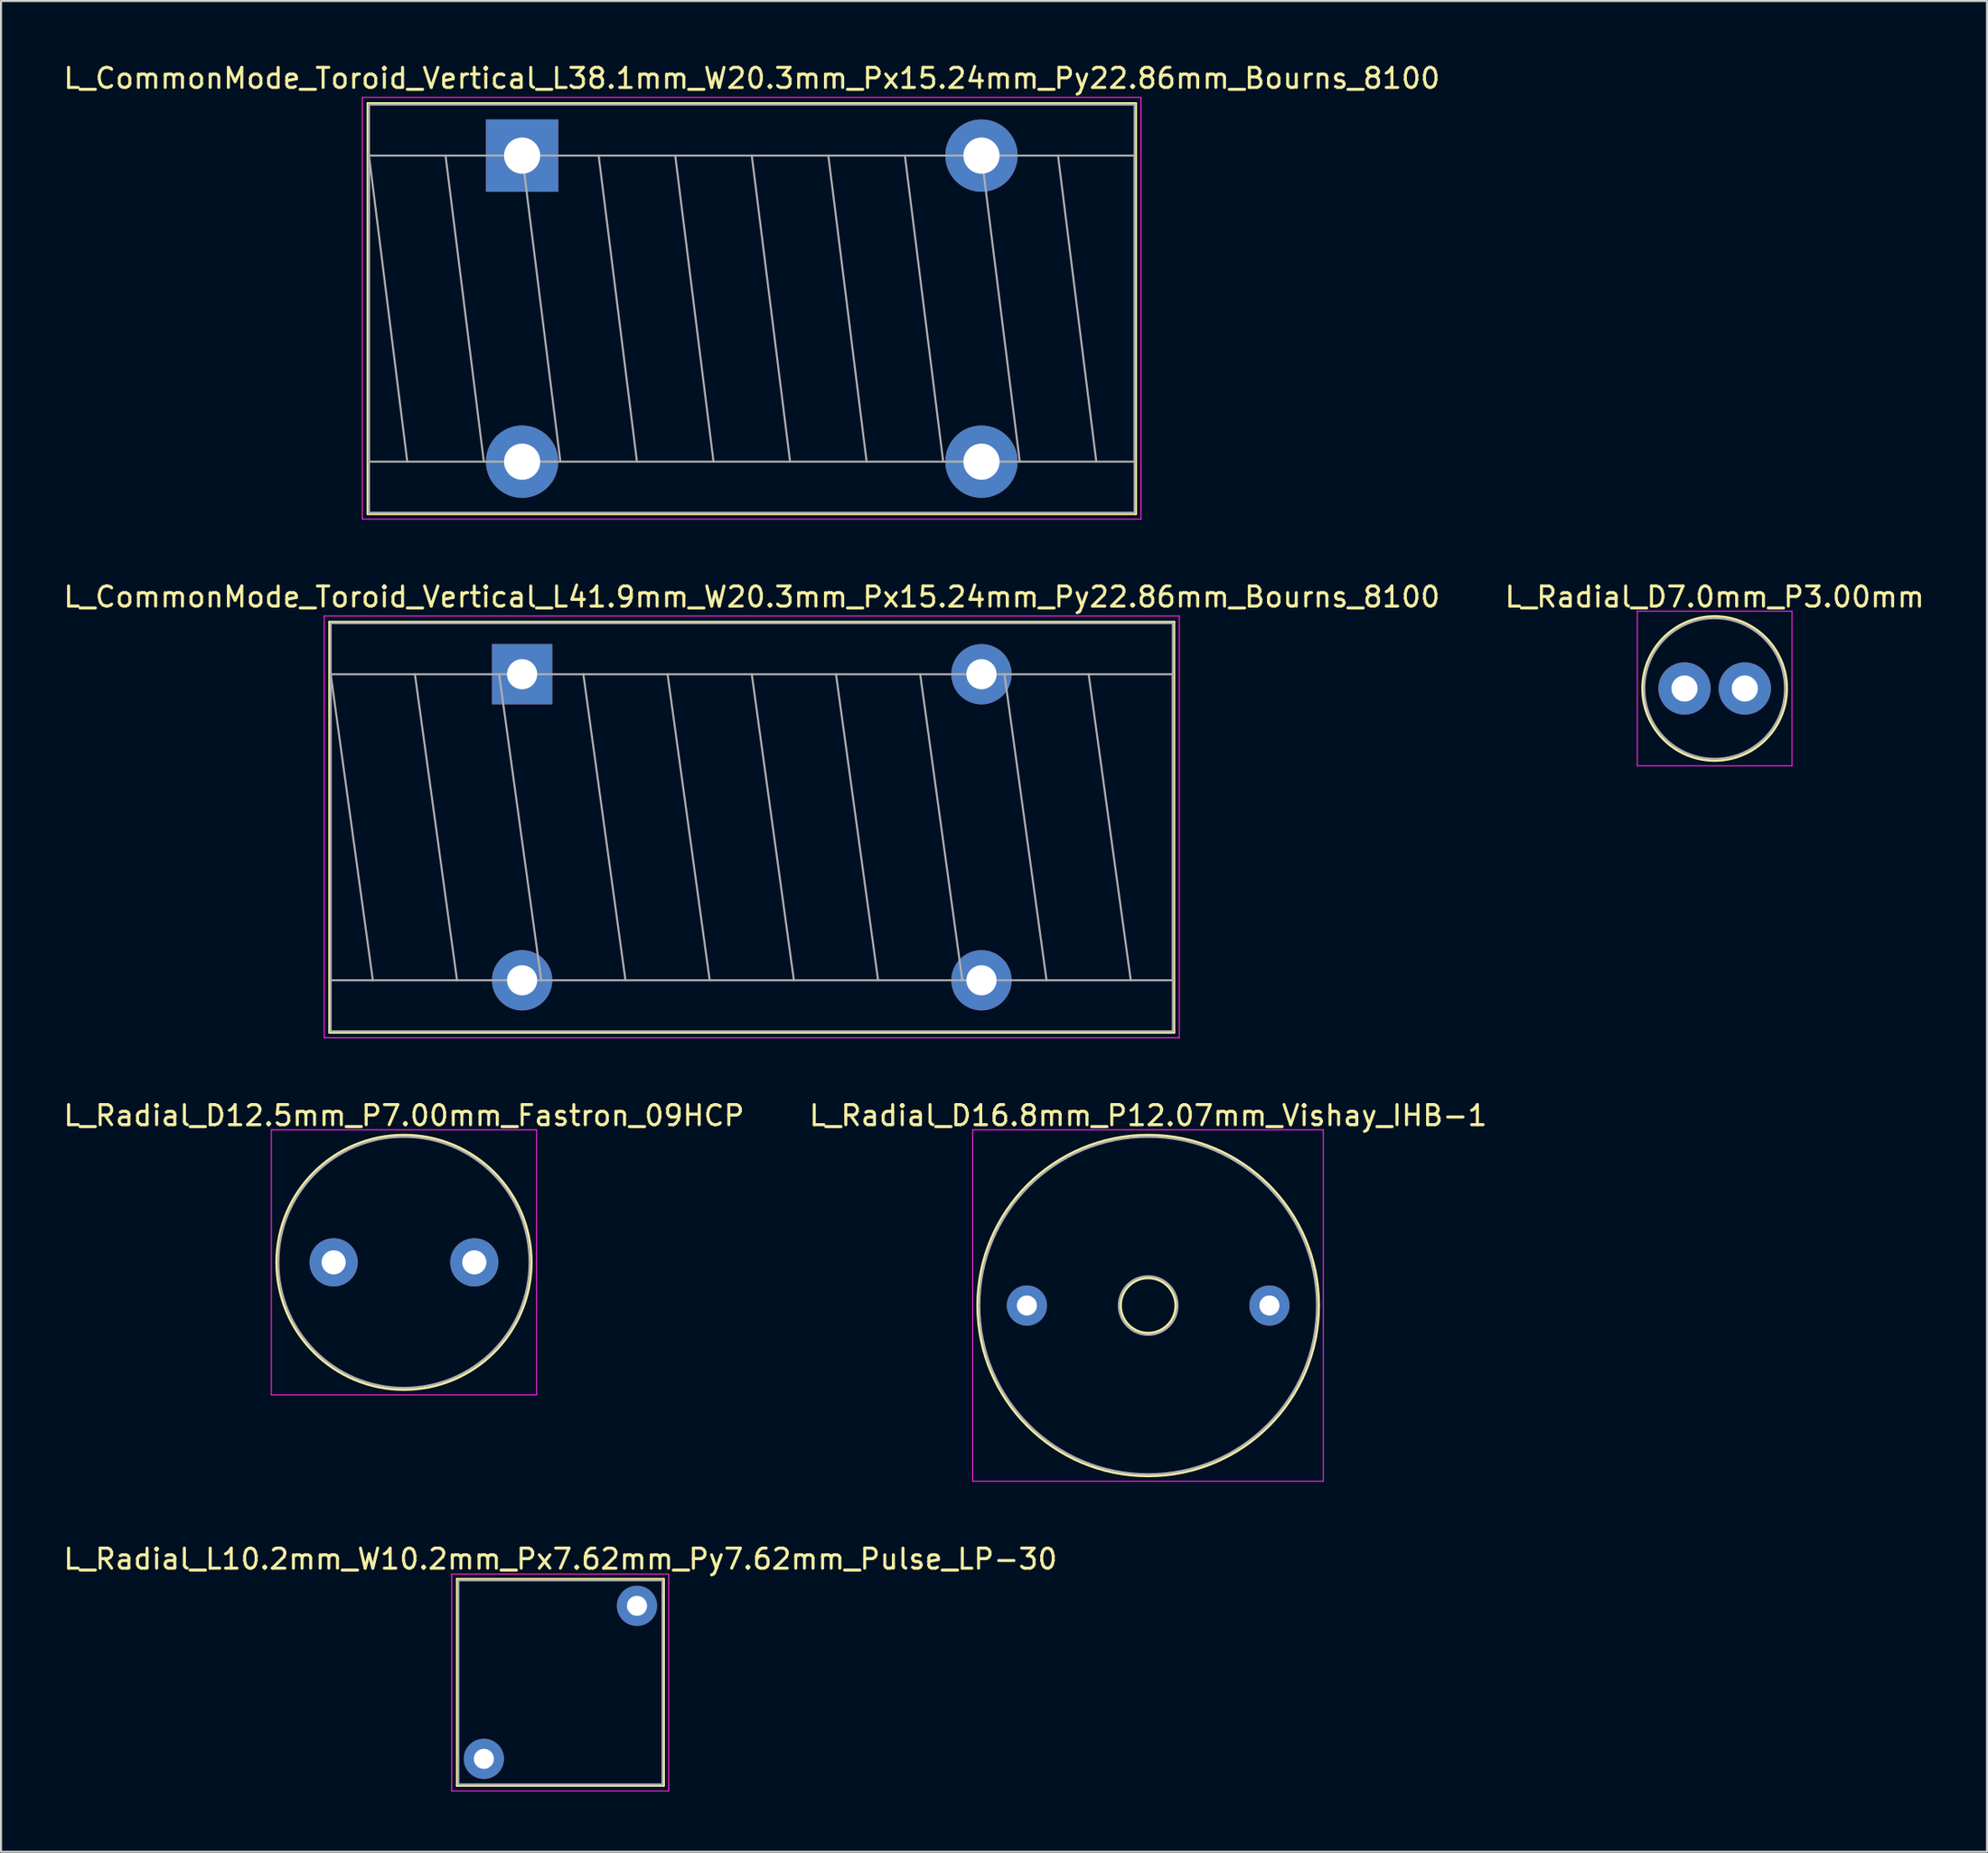
<source format=kicad_pcb>
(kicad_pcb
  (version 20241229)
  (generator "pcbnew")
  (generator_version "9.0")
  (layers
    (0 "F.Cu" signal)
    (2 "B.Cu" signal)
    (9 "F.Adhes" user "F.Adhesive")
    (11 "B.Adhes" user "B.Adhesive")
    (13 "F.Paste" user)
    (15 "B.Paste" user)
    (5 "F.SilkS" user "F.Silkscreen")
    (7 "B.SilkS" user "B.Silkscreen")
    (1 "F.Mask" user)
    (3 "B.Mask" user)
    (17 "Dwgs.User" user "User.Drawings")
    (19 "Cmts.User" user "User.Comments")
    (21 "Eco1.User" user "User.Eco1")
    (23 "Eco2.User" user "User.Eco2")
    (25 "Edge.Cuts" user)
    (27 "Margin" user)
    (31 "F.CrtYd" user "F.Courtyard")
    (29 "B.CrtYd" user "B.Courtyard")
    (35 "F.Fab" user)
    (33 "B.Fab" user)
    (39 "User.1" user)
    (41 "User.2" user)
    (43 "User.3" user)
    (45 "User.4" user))
  (footprint "L_Radial_D7.0mm_P3.00mm"
    (layer "F.Cu")
    (at 80.78 31.232)
    (property "Reference" "L_Radial_D7.0mm_P3.00mm" (at 1.5 -4.56 0) (layer "F.SilkS") (effects (font (size 1 1) (thickness 0.15))))
    (attr through_hole)
    (fp_circle (center 1.5 0) (end 5.09 0) (stroke (width 0.12) (type solid)) (fill no) (layer "F.SilkS"))
    (fp_line (start -2.35 -3.85) (end -2.35 3.85) (stroke (width 0.05) (type solid)) (layer "F.CrtYd"))
    (fp_line (start -2.35 3.85) (end 5.35 3.85) (stroke (width 0.05) (type solid)) (layer "F.CrtYd"))
    (fp_line (start 5.35 -3.85) (end -2.35 -3.85) (stroke (width 0.05) (type solid)) (layer "F.CrtYd"))
    (fp_line (start 5.35 3.85) (end 5.35 -3.85) (stroke (width 0.05) (type solid)) (layer "F.CrtYd"))
    (fp_circle (center 1.5 0) (end 5 0) (stroke (width 0.1) (type solid)) (fill no) (layer "F.Fab"))
    (pad "1" thru_hole circle (at 0 0) (size 2.6 2.6) (drill 1.3) (layers "*.Cu" "*.Mask"))
    (pad "2" thru_hole circle (at 3 0) (size 2.6 2.6) (drill 1.3) (layers "*.Cu" "*.Mask")))
  (footprint "L_Radial_D12.5mm_P7.00mm_Fastron_09HCP"
    (layer "F.Cu")
    (at 13.554 59.805)
    (property "Reference" "L_Radial_D12.5mm_P7.00mm_Fastron_09HCP" (at 3.5 -7.31 0) (layer "F.SilkS") (effects (font (size 1 1) (thickness 0.15))))
    (attr through_hole)
    (fp_circle (center 3.5 0) (end 9.84 0) (stroke (width 0.12) (type solid)) (fill no) (layer "F.SilkS"))
    (fp_line (start -3.1 -6.6) (end -3.1 6.6) (stroke (width 0.05) (type solid)) (layer "F.CrtYd"))
    (fp_line (start -3.1 6.6) (end 10.1 6.6) (stroke (width 0.05) (type solid)) (layer "F.CrtYd"))
    (fp_line (start 10.1 -6.6) (end -3.1 -6.6) (stroke (width 0.05) (type solid)) (layer "F.CrtYd"))
    (fp_line (start 10.1 6.6) (end 10.1 -6.6) (stroke (width 0.05) (type solid)) (layer "F.CrtYd"))
    (fp_circle (center 3.5 0) (end 9.75 0) (stroke (width 0.1) (type solid)) (fill no) (layer "F.Fab"))
    (pad "1" thru_hole circle (at 0 0) (size 2.4 2.4) (drill 1.2) (layers "*.Cu" "*.Mask"))
    (pad "2" thru_hole circle (at 7 0) (size 2.4 2.4) (drill 1.2) (layers "*.Cu" "*.Mask")))
  (footprint "L_CommonMode_Toroid_Vertical_L38.1mm_W20.3mm_Px15.24mm_Py22.86mm_Bourns_8100"
    (layer "F.Cu")
    (at 22.933 4.698)
    (property "Reference" "L_CommonMode_Toroid_Vertical_L38.1mm_W20.3mm_Px15.24mm_Py22.86mm_Bourns_8100" (at 11.43 -3.85 0) (layer "F.SilkS") (effects (font (size 1 1) (thickness 0.15))))
    (attr through_hole)
    (fp_line (start -7.68 -2.6) (end -7.68 17.84) (stroke (width 0.12) (type solid)) (layer "F.SilkS"))
    (fp_line (start -7.68 -2.6) (end 30.54 -2.6) (stroke (width 0.12) (type solid)) (layer "F.SilkS"))
    (fp_line (start -7.68 17.84) (end 30.54 17.84) (stroke (width 0.12) (type solid)) (layer "F.SilkS"))
    (fp_line (start 30.54 -2.6) (end 30.54 17.84) (stroke (width 0.12) (type solid)) (layer "F.SilkS"))
    (fp_line (start -7.95 -2.9) (end -7.95 18.1) (stroke (width 0.05) (type solid)) (layer "F.CrtYd"))
    (fp_line (start -7.95 18.1) (end 30.8 18.1) (stroke (width 0.05) (type solid)) (layer "F.CrtYd"))
    (fp_line (start 30.8 -2.9) (end -7.95 -2.9) (stroke (width 0.05) (type solid)) (layer "F.CrtYd"))
    (fp_line (start 30.8 18.1) (end 30.8 -2.9) (stroke (width 0.05) (type solid)) (layer "F.CrtYd"))
    (fp_line (start -7.62 -2.54) (end -7.62 17.78) (stroke (width 0.1) (type solid)) (layer "F.Fab"))
    (fp_line (start -7.62 0) (end -7.62 15.24) (stroke (width 0.1) (type solid)) (layer "F.Fab"))
    (fp_line (start -7.62 0) (end -5.715 15.24) (stroke (width 0.1) (type solid)) (layer "F.Fab"))
    (fp_line (start -7.62 15.24) (end 30.48 15.24) (stroke (width 0.1) (type solid)) (layer "F.Fab"))
    (fp_line (start -7.62 17.78) (end 30.48 17.78) (stroke (width 0.1) (type solid)) (layer "F.Fab"))
    (fp_line (start -3.81 0) (end -1.905 15.24) (stroke (width 0.1) (type solid)) (layer "F.Fab"))
    (fp_line (start 0 0) (end 1.905 15.24) (stroke (width 0.1) (type solid)) (layer "F.Fab"))
    (fp_line (start 3.81 0) (end 5.715 15.24) (stroke (width 0.1) (type solid)) (layer "F.Fab"))
    (fp_line (start 7.62 0) (end 9.525 15.24) (stroke (width 0.1) (type solid)) (layer "F.Fab"))
    (fp_line (start 11.43 0) (end 13.335 15.24) (stroke (width 0.1) (type solid)) (layer "F.Fab"))
    (fp_line (start 15.24 0) (end 17.145 15.24) (stroke (width 0.1) (type solid)) (layer "F.Fab"))
    (fp_line (start 19.05 0) (end 20.955 15.24) (stroke (width 0.1) (type solid)) (layer "F.Fab"))
    (fp_line (start 22.86 0) (end 24.765 15.24) (stroke (width 0.1) (type solid)) (layer "F.Fab"))
    (fp_line (start 26.67 0) (end 28.575 15.24) (stroke (width 0.1) (type solid)) (layer "F.Fab"))
    (fp_line (start 30.48 -2.54) (end -7.62 -2.54) (stroke (width 0.1) (type solid)) (layer "F.Fab"))
    (fp_line (start 30.48 0) (end -7.62 0) (stroke (width 0.1) (type solid)) (layer "F.Fab"))
    (fp_line (start 30.48 15.24) (end 30.48 0) (stroke (width 0.1) (type solid)) (layer "F.Fab"))
    (fp_line (start 30.48 17.78) (end 30.48 -2.54) (stroke (width 0.1) (type solid)) (layer "F.Fab"))
    (pad "1" thru_hole rect (at 0 0) (size 3.6 3.6) (drill 1.8) (layers "*.Cu" "*.Mask"))
    (pad "2" thru_hole circle (at 0 15.24) (size 3.6 3.6) (drill 1.8) (layers "*.Cu" "*.Mask"))
    (pad "3" thru_hole circle (at 22.86 15.24) (size 3.6 3.6) (drill 1.8) (layers "*.Cu" "*.Mask"))
    (pad "4" thru_hole circle (at 22.86 0) (size 3.6 3.6) (drill 1.8) (layers "*.Cu" "*.Mask")))
  (footprint "L_Radial_D16.8mm_P12.07mm_Vishay_IHB-1"
    (layer "F.Cu")
    (at 48.054 61.955)
    (property "Reference" "L_Radial_D16.8mm_P12.07mm_Vishay_IHB-1" (at 6.035 -9.46 0) (layer "F.SilkS") (effects (font (size 1 1) (thickness 0.15))))
    (attr through_hole)
    (fp_circle (center 6.035 0) (end 7.405 0) (stroke (width 0.12) (type solid)) (fill no) (layer "F.SilkS"))
    (fp_circle (center 6.035 0) (end 14.525 0) (stroke (width 0.12) (type solid)) (fill no) (layer "F.SilkS"))
    (fp_line (start -2.7 -8.75) (end -2.7 8.75) (stroke (width 0.05) (type solid)) (layer "F.CrtYd"))
    (fp_line (start -2.7 8.75) (end 14.75 8.75) (stroke (width 0.05) (type solid)) (layer "F.CrtYd"))
    (fp_line (start 14.75 -8.75) (end -2.7 -8.75) (stroke (width 0.05) (type solid)) (layer "F.CrtYd"))
    (fp_line (start 14.75 8.75) (end 14.75 -8.75) (stroke (width 0.05) (type solid)) (layer "F.CrtYd"))
    (fp_circle (center 6.035 0) (end 7.495 0) (stroke (width 0.1) (type solid)) (fill no) (layer "F.Fab"))
    (fp_circle (center 6.035 0) (end 14.435 0) (stroke (width 0.1) (type solid)) (fill no) (layer "F.Fab"))
    (pad "1" thru_hole circle (at 0 0) (size 2 2) (drill 1) (layers "*.Cu" "*.Mask"))
    (pad "2" thru_hole circle (at 12.07 0) (size 2 2) (drill 1) (layers "*.Cu" "*.Mask")))
  (footprint "L_Radial_L10.2mm_W10.2mm_Px7.62mm_Py7.62mm_Pulse_LP-30"
    (layer "F.Cu")
    (at 21.029 84.528)
    (property "Reference" "L_Radial_L10.2mm_W10.2mm_Px7.62mm_Py7.62mm_Pulse_LP-30" (at 3.81 -9.95 0) (layer "F.SilkS") (effects (font (size 1 1) (thickness 0.15))))
    (attr through_hole)
    (fp_line (start -1.33 -8.95) (end -1.33 1.33) (stroke (width 0.12) (type solid)) (layer "F.SilkS"))
    (fp_line (start -1.33 -8.95) (end 8.95 -8.95) (stroke (width 0.12) (type solid)) (layer "F.SilkS"))
    (fp_line (start -1.33 1.33) (end 8.95 1.33) (stroke (width 0.12) (type solid)) (layer "F.SilkS"))
    (fp_line (start 8.95 -8.95) (end 8.95 1.33) (stroke (width 0.12) (type solid)) (layer "F.SilkS"))
    (fp_line (start -1.6 -9.2) (end -1.6 1.6) (stroke (width 0.05) (type solid)) (layer "F.CrtYd"))
    (fp_line (start -1.6 1.6) (end 9.2 1.6) (stroke (width 0.05) (type solid)) (layer "F.CrtYd"))
    (fp_line (start 9.2 -9.2) (end -1.6 -9.2) (stroke (width 0.05) (type solid)) (layer "F.CrtYd"))
    (fp_line (start 9.2 1.6) (end 9.2 -9.2) (stroke (width 0.05) (type solid)) (layer "F.CrtYd"))
    (fp_line (start -1.27 -8.89) (end -1.27 1.27) (stroke (width 0.1) (type solid)) (layer "F.Fab"))
    (fp_line (start -1.27 1.27) (end 8.89 1.27) (stroke (width 0.1) (type solid)) (layer "F.Fab"))
    (fp_line (start 8.89 -8.89) (end -1.27 -8.89) (stroke (width 0.1) (type solid)) (layer "F.Fab"))
    (fp_line (start 8.89 1.27) (end 8.89 -8.89) (stroke (width 0.1) (type solid)) (layer "F.Fab"))
    (pad "1" thru_hole circle (at 0 0) (size 2 2) (drill 1) (layers "*.Cu" "*.Mask"))
    (pad "2" thru_hole circle (at 7.62 -7.62) (size 2 2) (drill 1) (layers "*.Cu" "*.Mask")))
  (footprint "L_CommonMode_Toroid_Vertical_L41.9mm_W20.3mm_Px15.24mm_Py22.86mm_Bourns_8100"
    (layer "F.Cu")
    (at 22.933 30.521)
    (property "Reference" "L_CommonMode_Toroid_Vertical_L41.9mm_W20.3mm_Px15.24mm_Py22.86mm_Bourns_8100" (at 11.43 -3.85 0) (layer "F.SilkS") (effects (font (size 1 1) (thickness 0.15))))
    (attr through_hole)
    (fp_line (start -9.585 -2.6) (end -9.585 17.84) (stroke (width 0.12) (type solid)) (layer "F.SilkS"))
    (fp_line (start -9.585 -2.6) (end 32.445 -2.6) (stroke (width 0.12) (type solid)) (layer "F.SilkS"))
    (fp_line (start -9.585 17.84) (end 32.445 17.84) (stroke (width 0.12) (type solid)) (layer "F.SilkS"))
    (fp_line (start 32.445 -2.6) (end 32.445 17.84) (stroke (width 0.12) (type solid)) (layer "F.SilkS"))
    (fp_line (start -9.85 -2.9) (end -9.85 18.1) (stroke (width 0.05) (type solid)) (layer "F.CrtYd"))
    (fp_line (start -9.85 18.1) (end 32.7 18.1) (stroke (width 0.05) (type solid)) (layer "F.CrtYd"))
    (fp_line (start 32.7 -2.9) (end -9.85 -2.9) (stroke (width 0.05) (type solid)) (layer "F.CrtYd"))
    (fp_line (start 32.7 18.1) (end 32.7 -2.9) (stroke (width 0.05) (type solid)) (layer "F.CrtYd"))
    (fp_line (start -9.525 -2.54) (end -9.525 17.78) (stroke (width 0.1) (type solid)) (layer "F.Fab"))
    (fp_line (start -9.525 0) (end -9.525 15.24) (stroke (width 0.1) (type solid)) (layer "F.Fab"))
    (fp_line (start -9.525 0) (end -7.429 15.24) (stroke (width 0.1) (type solid)) (layer "F.Fab"))
    (fp_line (start -9.525 15.24) (end 32.385 15.24) (stroke (width 0.1) (type solid)) (layer "F.Fab"))
    (fp_line (start -9.525 17.78) (end 32.385 17.78) (stroke (width 0.1) (type solid)) (layer "F.Fab"))
    (fp_line (start -5.334 0) (end -3.239 15.24) (stroke (width 0.1) (type solid)) (layer "F.Fab"))
    (fp_line (start -1.143 0) (end 0.953 15.24) (stroke (width 0.1) (type solid)) (layer "F.Fab"))
    (fp_line (start 3.048 0) (end 5.144 15.24) (stroke (width 0.1) (type solid)) (layer "F.Fab"))
    (fp_line (start 7.239 0) (end 9.335 15.24) (stroke (width 0.1) (type solid)) (layer "F.Fab"))
    (fp_line (start 11.43 0) (end 13.525 15.24) (stroke (width 0.1) (type solid)) (layer "F.Fab"))
    (fp_line (start 15.621 0) (end 17.716 15.24) (stroke (width 0.1) (type solid)) (layer "F.Fab"))
    (fp_line (start 19.812 0) (end 21.907 15.24) (stroke (width 0.1) (type solid)) (layer "F.Fab"))
    (fp_line (start 24.003 0) (end 26.099 15.24) (stroke (width 0.1) (type solid)) (layer "F.Fab"))
    (fp_line (start 28.194 0) (end 30.29 15.24) (stroke (width 0.1) (type solid)) (layer "F.Fab"))
    (fp_line (start 32.385 -2.54) (end -9.525 -2.54) (stroke (width 0.1) (type solid)) (layer "F.Fab"))
    (fp_line (start 32.385 0) (end -9.525 0) (stroke (width 0.1) (type solid)) (layer "F.Fab"))
    (fp_line (start 32.385 15.24) (end 32.385 0) (stroke (width 0.1) (type solid)) (layer "F.Fab"))
    (fp_line (start 32.385 17.78) (end 32.385 -2.54) (stroke (width 0.1) (type solid)) (layer "F.Fab"))
    (pad "1" thru_hole rect (at 0 0) (size 3 3) (drill 1.5) (layers "*.Cu" "*.Mask"))
    (pad "2" thru_hole circle (at 0 15.24) (size 3 3) (drill 1.5) (layers "*.Cu" "*.Mask"))
    (pad "3" thru_hole circle (at 22.86 15.24) (size 3 3) (drill 1.5) (layers "*.Cu" "*.Mask"))
    (pad "4" thru_hole circle (at 22.86 0) (size 3 3) (drill 1.5) (layers "*.Cu" "*.Mask")))
  (gr_rect
    (start -3 -3)
    (end 95.833 89.153)
    (stroke (width 0.1) (type default))
    (fill no)
    (layer "Edge.Cuts")))
</source>
